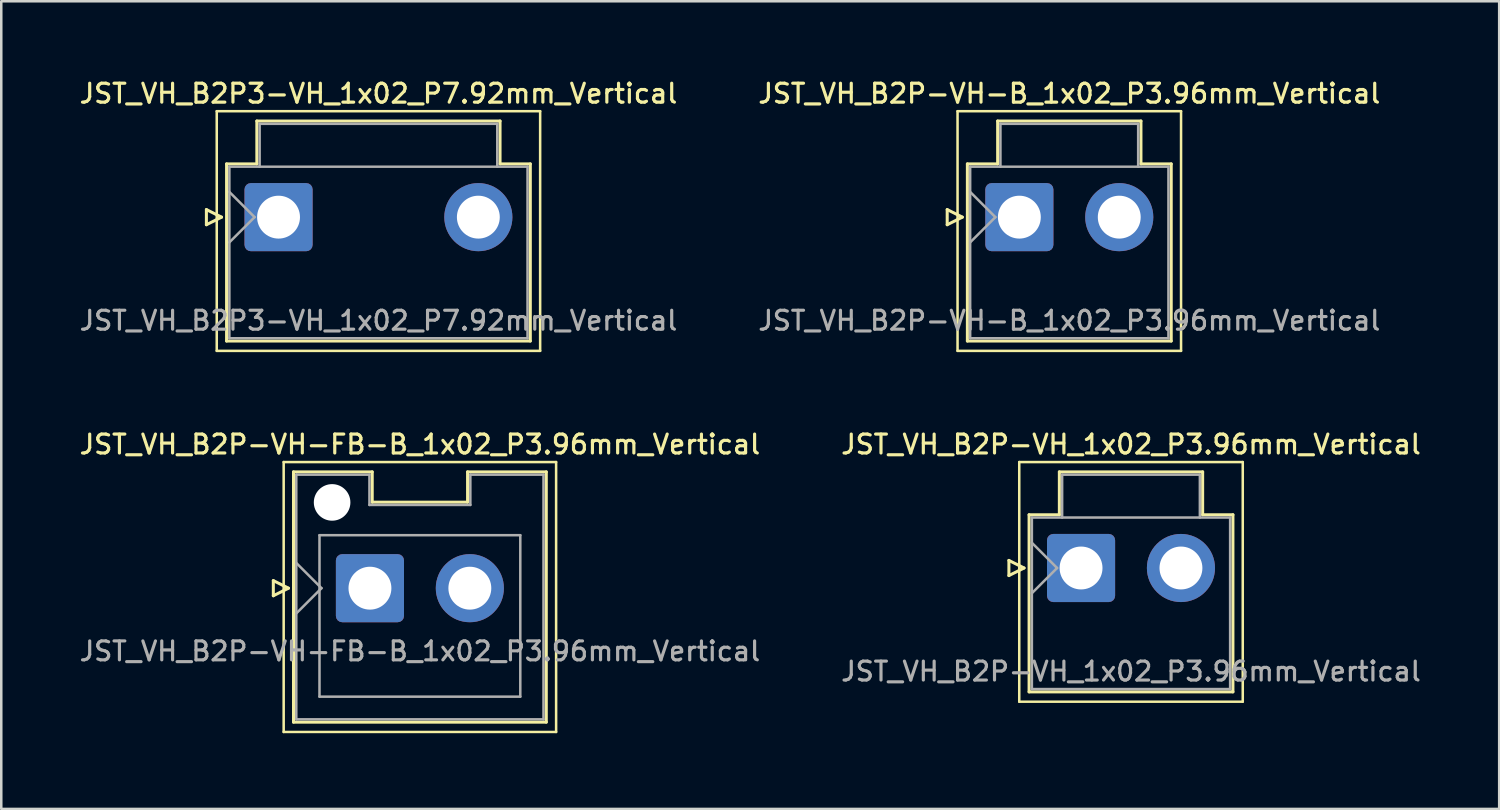
<source format=kicad_pcb>
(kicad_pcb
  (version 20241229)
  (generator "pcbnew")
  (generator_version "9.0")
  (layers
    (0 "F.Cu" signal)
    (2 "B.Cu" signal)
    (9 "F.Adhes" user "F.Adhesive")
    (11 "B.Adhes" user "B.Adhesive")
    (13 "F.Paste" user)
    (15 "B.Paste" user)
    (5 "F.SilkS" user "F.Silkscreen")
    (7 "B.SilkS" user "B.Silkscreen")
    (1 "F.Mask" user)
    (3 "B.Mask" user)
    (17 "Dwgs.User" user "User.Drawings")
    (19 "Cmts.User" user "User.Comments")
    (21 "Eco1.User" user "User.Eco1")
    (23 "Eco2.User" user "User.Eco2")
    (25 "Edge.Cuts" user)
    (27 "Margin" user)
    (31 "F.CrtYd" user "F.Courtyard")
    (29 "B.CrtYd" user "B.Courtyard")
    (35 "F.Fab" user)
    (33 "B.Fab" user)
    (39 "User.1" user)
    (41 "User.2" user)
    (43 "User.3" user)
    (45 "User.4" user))
  (footprint "JST_VH_B2P3-VH_1x02_P7.92mm_Vertical"
    (layer "F.Cu")
    (at 7.992 5.558)
    (property "Reference" "JST_VH_B2P3-VH_1x02_P7.92mm_Vertical" (at 3.96 -4.9 0) (layer "F.SilkS") (effects (font (size 0.75 0.75) (thickness 0.125))))
    (attr through_hole)
    (fp_line (start -2.86 -0.3) (end -2.26 0) (stroke (width 0.12) (type solid)) (layer "F.SilkS"))
    (fp_line (start -2.86 0.3) (end -2.86 -0.3) (stroke (width 0.12) (type solid)) (layer "F.SilkS"))
    (fp_line (start -2.45 -4.2) (end -2.45 5.3) (stroke (width 0.1) (type solid)) (layer "F.SilkS"))
    (fp_line (start -2.45 5.3) (end 10.37 5.3) (stroke (width 0.1) (type solid)) (layer "F.SilkS"))
    (fp_line (start -2.26 0) (end -2.86 0.3) (stroke (width 0.12) (type solid)) (layer "F.SilkS"))
    (fp_line (start -2.06 -2.11) (end -0.86 -2.11) (stroke (width 0.12) (type solid)) (layer "F.SilkS"))
    (fp_line (start -2.06 4.91) (end -2.06 -2.11) (stroke (width 0.12) (type solid)) (layer "F.SilkS"))
    (fp_line (start -0.86 -3.81) (end 8.78 -3.81) (stroke (width 0.12) (type solid)) (layer "F.SilkS"))
    (fp_line (start -0.86 -2.11) (end -0.86 -3.81) (stroke (width 0.12) (type solid)) (layer "F.SilkS"))
    (fp_line (start 8.78 -3.81) (end 8.78 -2.11) (stroke (width 0.12) (type solid)) (layer "F.SilkS"))
    (fp_line (start 8.78 -2.11) (end 9.98 -2.11) (stroke (width 0.12) (type solid)) (layer "F.SilkS"))
    (fp_line (start 9.98 -2.11) (end 9.98 4.91) (stroke (width 0.12) (type solid)) (layer "F.SilkS"))
    (fp_line (start 9.98 4.91) (end -2.06 4.91) (stroke (width 0.12) (type solid)) (layer "F.SilkS"))
    (fp_line (start 10.37 -4.2) (end -2.45 -4.2) (stroke (width 0.1) (type solid)) (layer "F.SilkS"))
    (fp_line (start 10.37 5.3) (end 10.37 -4.2) (stroke (width 0.1) (type solid)) (layer "F.SilkS"))
    (fp_line (start -1.95 -2) (end -1.95 4.8) (stroke (width 0.1) (type solid)) (layer "F.Fab"))
    (fp_line (start -1.95 -1) (end -0.95 0) (stroke (width 0.1) (type solid)) (layer "F.Fab"))
    (fp_line (start -1.95 1) (end -0.95 0) (stroke (width 0.1) (type solid)) (layer "F.Fab"))
    (fp_line (start -1.95 4.8) (end 9.87 4.8) (stroke (width 0.1) (type solid)) (layer "F.Fab"))
    (fp_line (start -0.75 -3.7) (end 8.67 -3.7) (stroke (width 0.1) (type solid)) (layer "F.Fab"))
    (fp_line (start -0.75 -2) (end -0.75 -3.7) (stroke (width 0.1) (type solid)) (layer "F.Fab"))
    (fp_line (start 8.67 -3.7) (end 8.67 -2) (stroke (width 0.1) (type solid)) (layer "F.Fab"))
    (fp_line (start 9.87 -2) (end -1.95 -2) (stroke (width 0.1) (type solid)) (layer "F.Fab"))
    (fp_line (start 9.87 4.8) (end 9.87 -2) (stroke (width 0.1) (type solid)) (layer "F.Fab"))
    (fp_text user "${REFERENCE}" (at 3.96 4.1 0) (layer "F.Fab") (effects (font (size 0.75 0.75) (thickness 0.125))))
    (pad "1" thru_hole roundrect (at 0 0) (size 2.7 2.7) (drill 1.7) (layers "*.Cu" "*.Mask") (roundrect_rratio 0.093))
    (pad "2" thru_hole circle (at 7.92 0) (size 2.7 2.7) (drill 1.7) (layers "*.Cu" "*.Mask")))
  (footprint "JST_VH_B2P-VH-FB-B_1x02_P3.96mm_Vertical"
    (layer "F.Cu")
    (at 11.615 20.266)
    (property "Reference" "JST_VH_B2P-VH-FB-B_1x02_P3.96mm_Vertical" (at 1.98 -5.7 0) (layer "F.SilkS") (effects (font (size 0.75 0.75) (thickness 0.125))))
    (attr through_hole)
    (fp_line (start -3.83 -0.3) (end -3.23 0) (stroke (width 0.12) (type solid)) (layer "F.SilkS"))
    (fp_line (start -3.83 0.3) (end -3.83 -0.3) (stroke (width 0.12) (type solid)) (layer "F.SilkS"))
    (fp_line (start -3.42 -5) (end -3.42 5.7) (stroke (width 0.1) (type solid)) (layer "F.SilkS"))
    (fp_line (start -3.42 5.7) (end 7.38 5.7) (stroke (width 0.1) (type solid)) (layer "F.SilkS"))
    (fp_line (start -3.23 0) (end -3.83 0.3) (stroke (width 0.12) (type solid)) (layer "F.SilkS"))
    (fp_line (start -3.03 -4.61) (end 0.09 -4.61) (stroke (width 0.12) (type solid)) (layer "F.SilkS"))
    (fp_line (start -3.03 5.31) (end -3.03 -4.61) (stroke (width 0.12) (type solid)) (layer "F.SilkS"))
    (fp_line (start 0.09 -4.61) (end 0.09 -3.41) (stroke (width 0.12) (type solid)) (layer "F.SilkS"))
    (fp_line (start 0.09 -3.41) (end 3.87 -3.41) (stroke (width 0.12) (type solid)) (layer "F.SilkS"))
    (fp_line (start 3.87 -4.61) (end 6.99 -4.61) (stroke (width 0.12) (type solid)) (layer "F.SilkS"))
    (fp_line (start 3.87 -3.41) (end 3.87 -4.61) (stroke (width 0.12) (type solid)) (layer "F.SilkS"))
    (fp_line (start 6.99 -4.61) (end 6.99 5.31) (stroke (width 0.12) (type solid)) (layer "F.SilkS"))
    (fp_line (start 6.99 5.31) (end -3.03 5.31) (stroke (width 0.12) (type solid)) (layer "F.SilkS"))
    (fp_line (start 7.38 -5) (end -3.42 -5) (stroke (width 0.1) (type solid)) (layer "F.SilkS"))
    (fp_line (start 7.38 5.7) (end 7.38 -5) (stroke (width 0.1) (type solid)) (layer "F.SilkS"))
    (fp_line (start -2.92 -4.5) (end -0.02 -4.5) (stroke (width 0.1) (type solid)) (layer "F.Fab"))
    (fp_line (start -2.92 -1) (end -1.92 0) (stroke (width 0.1) (type solid)) (layer "F.Fab"))
    (fp_line (start -2.92 1) (end -1.92 0) (stroke (width 0.1) (type solid)) (layer "F.Fab"))
    (fp_line (start -2.92 5.2) (end -2.92 -4.5) (stroke (width 0.1) (type solid)) (layer "F.Fab"))
    (fp_line (start -2 -2.1) (end 5.96 -2.1) (stroke (width 0.1) (type solid)) (layer "F.Fab"))
    (fp_line (start -2 4.3) (end -2 -2.1) (stroke (width 0.1) (type solid)) (layer "F.Fab"))
    (fp_line (start -0.02 -4.5) (end -0.02 -3.3) (stroke (width 0.1) (type solid)) (layer "F.Fab"))
    (fp_line (start -0.02 -3.3) (end 3.98 -3.3) (stroke (width 0.1) (type solid)) (layer "F.Fab"))
    (fp_line (start 3.98 -4.5) (end 6.88 -4.5) (stroke (width 0.1) (type solid)) (layer "F.Fab"))
    (fp_line (start 3.98 -3.3) (end 3.98 -4.5) (stroke (width 0.1) (type solid)) (layer "F.Fab"))
    (fp_line (start 5.96 -2.1) (end 5.96 4.3) (stroke (width 0.1) (type solid)) (layer "F.Fab"))
    (fp_line (start 5.96 4.3) (end -2 4.3) (stroke (width 0.1) (type solid)) (layer "F.Fab"))
    (fp_line (start 6.88 -4.5) (end 6.88 5.2) (stroke (width 0.1) (type solid)) (layer "F.Fab"))
    (fp_line (start 6.88 5.2) (end -2.92 5.2) (stroke (width 0.1) (type solid)) (layer "F.Fab"))
    (fp_text user "${REFERENCE}" (at 1.98 2.5 0) (layer "F.Fab") (effects (font (size 0.75 0.75) (thickness 0.125))))
    (pad "" np_thru_hole circle (at -1.5 -3.4) (size 1.45 1.45) (drill 1.45) (layers "*.Cu" "*.Mask"))
    (pad "1" thru_hole roundrect (at 0 0) (size 2.7 2.7) (drill 1.7) (layers "*.Cu" "*.Mask") (roundrect_rratio 0.093))
    (pad "2" thru_hole circle (at 3.96 0) (size 2.7 2.7) (drill 1.7) (layers "*.Cu" "*.Mask")))
  (footprint "JST_VH_B2P-VH_1x02_P3.96mm_Vertical"
    (layer "F.Cu")
    (at 39.804 19.466)
    (property "Reference" "JST_VH_B2P-VH_1x02_P3.96mm_Vertical" (at 1.98 -4.9 0) (layer "F.SilkS") (effects (font (size 0.75 0.75) (thickness 0.125))))
    (attr through_hole)
    (fp_line (start -2.86 -0.3) (end -2.26 0) (stroke (width 0.12) (type solid)) (layer "F.SilkS"))
    (fp_line (start -2.86 0.3) (end -2.86 -0.3) (stroke (width 0.12) (type solid)) (layer "F.SilkS"))
    (fp_line (start -2.45 -4.2) (end -2.45 5.3) (stroke (width 0.1) (type solid)) (layer "F.SilkS"))
    (fp_line (start -2.45 5.3) (end 6.41 5.3) (stroke (width 0.1) (type solid)) (layer "F.SilkS"))
    (fp_line (start -2.26 0) (end -2.86 0.3) (stroke (width 0.12) (type solid)) (layer "F.SilkS"))
    (fp_line (start -2.06 -2.11) (end -0.86 -2.11) (stroke (width 0.12) (type solid)) (layer "F.SilkS"))
    (fp_line (start -2.06 4.91) (end -2.06 -2.11) (stroke (width 0.12) (type solid)) (layer "F.SilkS"))
    (fp_line (start -0.86 -3.81) (end 4.82 -3.81) (stroke (width 0.12) (type solid)) (layer "F.SilkS"))
    (fp_line (start -0.86 -2.11) (end -0.86 -3.81) (stroke (width 0.12) (type solid)) (layer "F.SilkS"))
    (fp_line (start 4.82 -3.81) (end 4.82 -2.11) (stroke (width 0.12) (type solid)) (layer "F.SilkS"))
    (fp_line (start 4.82 -2.11) (end 6.02 -2.11) (stroke (width 0.12) (type solid)) (layer "F.SilkS"))
    (fp_line (start 6.02 -2.11) (end 6.02 4.91) (stroke (width 0.12) (type solid)) (layer "F.SilkS"))
    (fp_line (start 6.02 4.91) (end -2.06 4.91) (stroke (width 0.12) (type solid)) (layer "F.SilkS"))
    (fp_line (start 6.41 -4.2) (end -2.45 -4.2) (stroke (width 0.1) (type solid)) (layer "F.SilkS"))
    (fp_line (start 6.41 5.3) (end 6.41 -4.2) (stroke (width 0.1) (type solid)) (layer "F.SilkS"))
    (fp_line (start -1.95 -2) (end -1.95 4.8) (stroke (width 0.1) (type solid)) (layer "F.Fab"))
    (fp_line (start -1.95 -1) (end -0.95 0) (stroke (width 0.1) (type solid)) (layer "F.Fab"))
    (fp_line (start -1.95 1) (end -0.95 0) (stroke (width 0.1) (type solid)) (layer "F.Fab"))
    (fp_line (start -1.95 4.8) (end 5.91 4.8) (stroke (width 0.1) (type solid)) (layer "F.Fab"))
    (fp_line (start -0.75 -3.7) (end 4.71 -3.7) (stroke (width 0.1) (type solid)) (layer "F.Fab"))
    (fp_line (start -0.75 -2) (end -0.75 -3.7) (stroke (width 0.1) (type solid)) (layer "F.Fab"))
    (fp_line (start 4.71 -3.7) (end 4.71 -2) (stroke (width 0.1) (type solid)) (layer "F.Fab"))
    (fp_line (start 5.91 -2) (end -1.95 -2) (stroke (width 0.1) (type solid)) (layer "F.Fab"))
    (fp_line (start 5.91 4.8) (end 5.91 -2) (stroke (width 0.1) (type solid)) (layer "F.Fab"))
    (fp_text user "${REFERENCE}" (at 1.98 4.1 0) (layer "F.Fab") (effects (font (size 0.75 0.75) (thickness 0.125))))
    (pad "1" thru_hole roundrect (at 0 0) (size 2.7 2.7) (drill 1.7) (layers "*.Cu" "*.Mask") (roundrect_rratio 0.093))
    (pad "2" thru_hole circle (at 3.96 0) (size 2.7 2.7) (drill 1.7) (layers "*.Cu" "*.Mask")))
  (footprint "JST_VH_B2P-VH-B_1x02_P3.96mm_Vertical"
    (layer "F.Cu")
    (at 37.358 5.558)
    (property "Reference" "JST_VH_B2P-VH-B_1x02_P3.96mm_Vertical" (at 1.98 -4.9 0) (layer "F.SilkS") (effects (font (size 0.75 0.75) (thickness 0.125))))
    (attr through_hole)
    (fp_line (start -2.86 -0.3) (end -2.26 0) (stroke (width 0.12) (type solid)) (layer "F.SilkS"))
    (fp_line (start -2.86 0.3) (end -2.86 -0.3) (stroke (width 0.12) (type solid)) (layer "F.SilkS"))
    (fp_line (start -2.45 -4.2) (end -2.45 5.3) (stroke (width 0.1) (type solid)) (layer "F.SilkS"))
    (fp_line (start -2.45 5.3) (end 6.41 5.3) (stroke (width 0.1) (type solid)) (layer "F.SilkS"))
    (fp_line (start -2.26 0) (end -2.86 0.3) (stroke (width 0.12) (type solid)) (layer "F.SilkS"))
    (fp_line (start -2.06 -2.11) (end -0.86 -2.11) (stroke (width 0.12) (type solid)) (layer "F.SilkS"))
    (fp_line (start -2.06 4.91) (end -2.06 -2.11) (stroke (width 0.12) (type solid)) (layer "F.SilkS"))
    (fp_line (start -0.86 -3.81) (end 4.82 -3.81) (stroke (width 0.12) (type solid)) (layer "F.SilkS"))
    (fp_line (start -0.86 -2.11) (end -0.86 -3.81) (stroke (width 0.12) (type solid)) (layer "F.SilkS"))
    (fp_line (start 4.82 -3.81) (end 4.82 -2.11) (stroke (width 0.12) (type solid)) (layer "F.SilkS"))
    (fp_line (start 4.82 -2.11) (end 6.02 -2.11) (stroke (width 0.12) (type solid)) (layer "F.SilkS"))
    (fp_line (start 6.02 -2.11) (end 6.02 4.91) (stroke (width 0.12) (type solid)) (layer "F.SilkS"))
    (fp_line (start 6.02 4.91) (end -2.06 4.91) (stroke (width 0.12) (type solid)) (layer "F.SilkS"))
    (fp_line (start 6.41 -4.2) (end -2.45 -4.2) (stroke (width 0.1) (type solid)) (layer "F.SilkS"))
    (fp_line (start 6.41 5.3) (end 6.41 -4.2) (stroke (width 0.1) (type solid)) (layer "F.SilkS"))
    (fp_line (start -1.95 -2) (end -1.95 4.8) (stroke (width 0.1) (type solid)) (layer "F.Fab"))
    (fp_line (start -1.95 -1) (end -0.95 0) (stroke (width 0.1) (type solid)) (layer "F.Fab"))
    (fp_line (start -1.95 1) (end -0.95 0) (stroke (width 0.1) (type solid)) (layer "F.Fab"))
    (fp_line (start -1.95 4.8) (end 5.91 4.8) (stroke (width 0.1) (type solid)) (layer "F.Fab"))
    (fp_line (start -0.75 -3.7) (end 4.71 -3.7) (stroke (width 0.1) (type solid)) (layer "F.Fab"))
    (fp_line (start -0.75 -2) (end -0.75 -3.7) (stroke (width 0.1) (type solid)) (layer "F.Fab"))
    (fp_line (start 4.71 -3.7) (end 4.71 -2) (stroke (width 0.1) (type solid)) (layer "F.Fab"))
    (fp_line (start 5.91 -2) (end -1.95 -2) (stroke (width 0.1) (type solid)) (layer "F.Fab"))
    (fp_line (start 5.91 4.8) (end 5.91 -2) (stroke (width 0.1) (type solid)) (layer "F.Fab"))
    (fp_text user "${REFERENCE}" (at 1.98 4.1 0) (layer "F.Fab") (effects (font (size 0.75 0.75) (thickness 0.125))))
    (pad "1" thru_hole roundrect (at 0 0) (size 2.7 2.7) (drill 1.7) (layers "*.Cu" "*.Mask") (roundrect_rratio 0.093))
    (pad "2" thru_hole circle (at 3.96 0) (size 2.7 2.7) (drill 1.7) (layers "*.Cu" "*.Mask")))
  (gr_rect
    (start -3 -3)
    (end 56.379 29.016)
    (stroke (width 0.1) (type default))
    (fill no)
    (layer "Edge.Cuts")))
</source>
